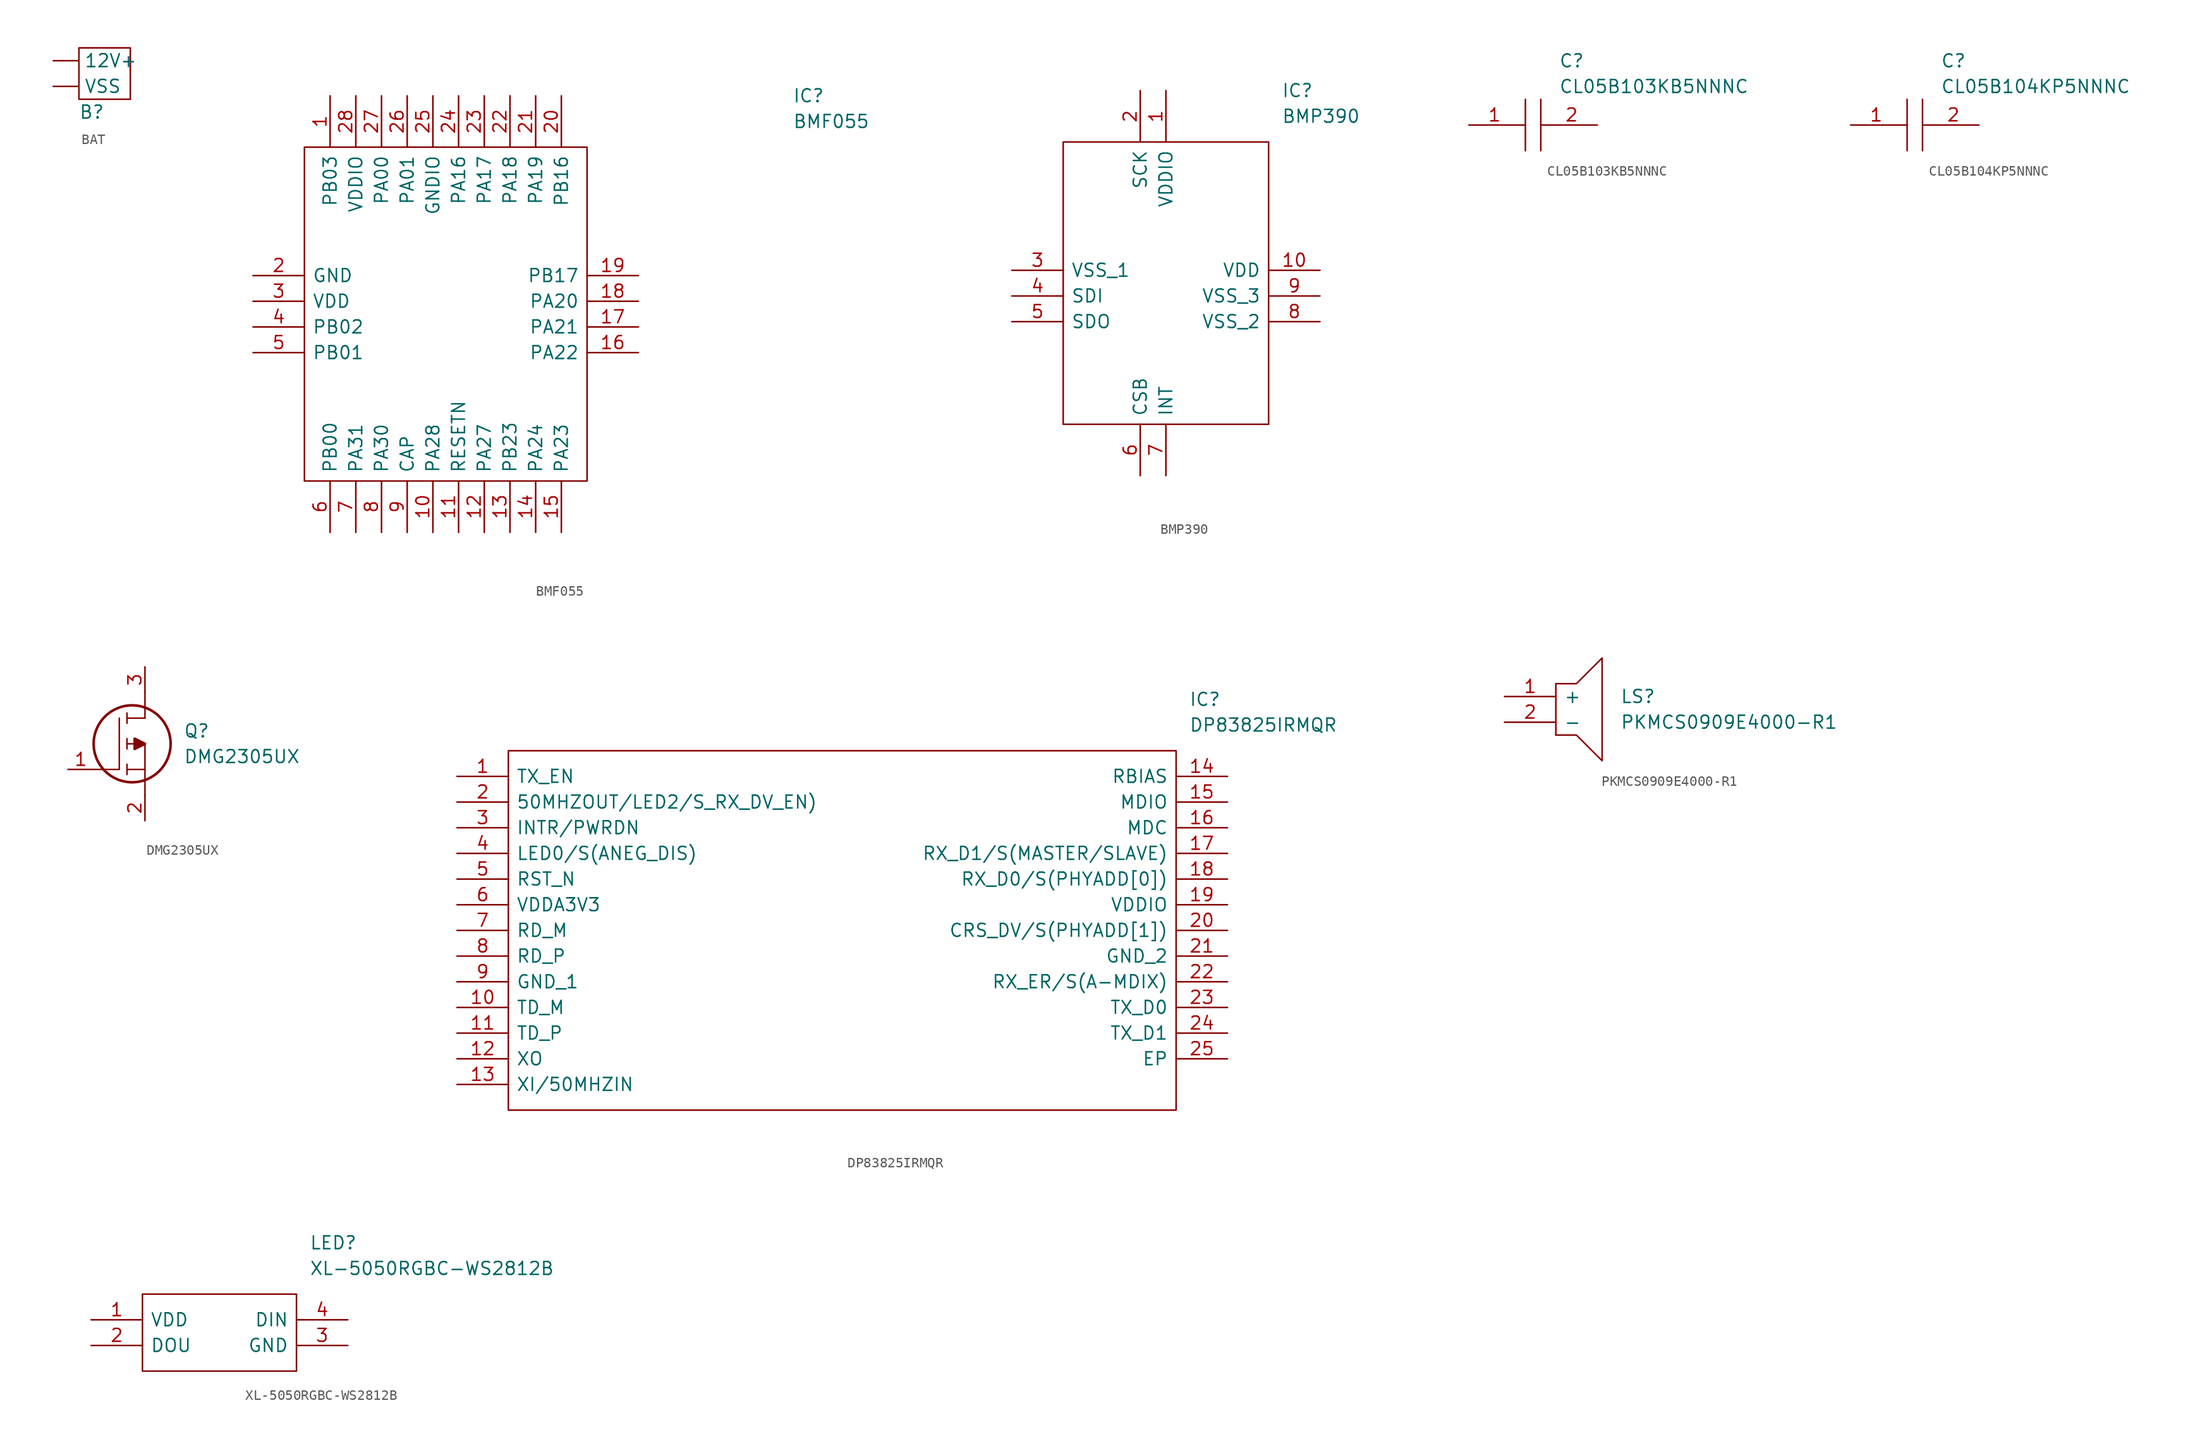
<source format=kicad_sym>
(kicad_symbol_lib
  (version 20241209)
  (generator "kicad_symbol_editor")
  (generator_version "9.0")
  (symbol "BAT"
    (property "Reference" "B"
      (at 0 0 0)
      (effects (font (size 1.27 1.27))))
    (property "Value" ""
      (at 0 0 0)
      (effects (font (size 1.27 1.27))))
    (symbol "BAT_0_1"
      (rectangle (start -1.27 6.35) (end 3.81 1.27) (stroke (width 0) (type default)) (fill (type none))))
    (symbol "BAT_1_1"
      (pin output line (at -3.81 5.08 0) (length 2.54) (name "12V+" (effects (font (size 1.27 1.27)))) (number "" (effects (font (size 1.27 1.27)))))
      (pin output line (at -3.81 2.54 0) (length 2.54) (name "VSS" (effects (font (size 1.27 1.27)))) (number "" (effects (font (size 1.27 1.27)))))))
  (symbol "BMF055"
    (pin_names
      (offset 0.762))
    (property "Reference" "IC"
      (at 34.29 17.78 0)
      (effects (font (size 1.27 1.27)) (justify left)))
    (property "Value" "BMF055"
      (at 34.29 15.24 0)
      (effects (font (size 1.27 1.27)) (justify left)))
    (symbol "BMF055_0_0"
      (pin passive line (at -19.05 0 0) (length 5.08) (name "GND" (effects (font (size 1.27 1.27)))) (number "2" (effects (font (size 1.27 1.27)))))
      (pin passive line (at -19.05 -2.54 0) (length 5.08) (name "VDD" (effects (font (size 1.27 1.27)))) (number "3" (effects (font (size 1.27 1.27)))))
      (pin passive line (at -19.05 -5.08 0) (length 5.08) (name "PB02" (effects (font (size 1.27 1.27)))) (number "4" (effects (font (size 1.27 1.27)))))
      (pin passive line (at -19.05 -7.62 0) (length 5.08) (name "PB01" (effects (font (size 1.27 1.27)))) (number "5" (effects (font (size 1.27 1.27)))))
      (pin passive line (at -11.43 17.78 270) (length 5.08) (name "PB03" (effects (font (size 1.27 1.27)))) (number "1" (effects (font (size 1.27 1.27)))))
      (pin passive line (at -11.43 -25.4 90) (length 5.08) (name "PB00" (effects (font (size 1.27 1.27)))) (number "6" (effects (font (size 1.27 1.27)))))
      (pin passive line (at -8.89 17.78 270) (length 5.08) (name "VDDIO" (effects (font (size 1.27 1.27)))) (number "28" (effects (font (size 1.27 1.27)))))
      (pin passive line (at -8.89 -25.4 90) (length 5.08) (name "PA31" (effects (font (size 1.27 1.27)))) (number "7" (effects (font (size 1.27 1.27)))))
      (pin passive line (at -6.35 17.78 270) (length 5.08) (name "PA00" (effects (font (size 1.27 1.27)))) (number "27" (effects (font (size 1.27 1.27)))))
      (pin passive line (at -6.35 -25.4 90) (length 5.08) (name "PA30" (effects (font (size 1.27 1.27)))) (number "8" (effects (font (size 1.27 1.27)))))
      (pin passive line (at -3.81 17.78 270) (length 5.08) (name "PA01" (effects (font (size 1.27 1.27)))) (number "26" (effects (font (size 1.27 1.27)))))
      (pin passive line (at -3.81 -25.4 90) (length 5.08) (name "CAP" (effects (font (size 1.27 1.27)))) (number "9" (effects (font (size 1.27 1.27)))))
      (pin passive line (at -1.27 17.78 270) (length 5.08) (name "GNDIO" (effects (font (size 1.27 1.27)))) (number "25" (effects (font (size 1.27 1.27)))))
      (pin passive line (at -1.27 -25.4 90) (length 5.08) (name "PA28" (effects (font (size 1.27 1.27)))) (number "10" (effects (font (size 1.27 1.27)))))
      (pin passive line (at 1.27 17.78 270) (length 5.08) (name "PA16" (effects (font (size 1.27 1.27)))) (number "24" (effects (font (size 1.27 1.27)))))
      (pin passive line (at 1.27 -25.4 90) (length 5.08) (name "RESETN" (effects (font (size 1.27 1.27)))) (number "11" (effects (font (size 1.27 1.27)))))
      (pin passive line (at 3.81 17.78 270) (length 5.08) (name "PA17" (effects (font (size 1.27 1.27)))) (number "23" (effects (font (size 1.27 1.27)))))
      (pin passive line (at 3.81 -25.4 90) (length 5.08) (name "PA27" (effects (font (size 1.27 1.27)))) (number "12" (effects (font (size 1.27 1.27)))))
      (pin passive line (at 6.35 17.78 270) (length 5.08) (name "PA18" (effects (font (size 1.27 1.27)))) (number "22" (effects (font (size 1.27 1.27)))))
      (pin passive line (at 6.35 -25.4 90) (length 5.08) (name "PB23" (effects (font (size 1.27 1.27)))) (number "13" (effects (font (size 1.27 1.27)))))
      (pin passive line (at 8.89 17.78 270) (length 5.08) (name "PA19" (effects (font (size 1.27 1.27)))) (number "21" (effects (font (size 1.27 1.27)))))
      (pin passive line (at 8.89 -25.4 90) (length 5.08) (name "PA24" (effects (font (size 1.27 1.27)))) (number "14" (effects (font (size 1.27 1.27)))))
      (pin passive line (at 11.43 17.78 270) (length 5.08) (name "PB16" (effects (font (size 1.27 1.27)))) (number "20" (effects (font (size 1.27 1.27)))))
      (pin passive line (at 11.43 -25.4 90) (length 5.08) (name "PA23" (effects (font (size 1.27 1.27)))) (number "15" (effects (font (size 1.27 1.27)))))
      (pin passive line (at 19.05 0 180) (length 5.08) (name "PB17" (effects (font (size 1.27 1.27)))) (number "19" (effects (font (size 1.27 1.27)))))
      (pin passive line (at 19.05 -2.54 180) (length 5.08) (name "PA20" (effects (font (size 1.27 1.27)))) (number "18" (effects (font (size 1.27 1.27)))))
      (pin passive line (at 19.05 -5.08 180) (length 5.08) (name "PA21" (effects (font (size 1.27 1.27)))) (number "17" (effects (font (size 1.27 1.27)))))
      (pin passive line (at 19.05 -7.62 180) (length 5.08) (name "PA22" (effects (font (size 1.27 1.27)))) (number "16" (effects (font (size 1.27 1.27))))))
    (symbol "BMF055_0_1"
      (polyline (pts (xy -13.97 12.7) (xy 13.97 12.7) (xy 13.97 -20.32) (xy -13.97 -20.32) (xy -13.97 12.7)) (stroke (width 0.152) (type solid)) (fill (type none)))))
  (symbol "BMP390"
    (pin_names
      (offset 0.762))
    (property "Reference" "IC"
      (at 26.67 17.78 0)
      (effects (font (size 1.27 1.27)) (justify left)))
    (property "Value" "BMP390"
      (at 26.67 15.24 0)
      (effects (font (size 1.27 1.27)) (justify left)))
    (symbol "BMP390_0_0"
      (pin passive line (at 0 0 0) (length 5.08) (name "VSS_1" (effects (font (size 1.27 1.27)))) (number "3" (effects (font (size 1.27 1.27)))))
      (pin passive line (at 0 -2.54 0) (length 5.08) (name "SDI" (effects (font (size 1.27 1.27)))) (number "4" (effects (font (size 1.27 1.27)))))
      (pin passive line (at 0 -5.08 0) (length 5.08) (name "SDO" (effects (font (size 1.27 1.27)))) (number "5" (effects (font (size 1.27 1.27)))))
      (pin passive line (at 12.7 17.78 270) (length 5.08) (name "SCK" (effects (font (size 1.27 1.27)))) (number "2" (effects (font (size 1.27 1.27)))))
      (pin passive line (at 12.7 -20.32 90) (length 5.08) (name "CSB" (effects (font (size 1.27 1.27)))) (number "6" (effects (font (size 1.27 1.27)))))
      (pin passive line (at 15.24 17.78 270) (length 5.08) (name "VDDIO" (effects (font (size 1.27 1.27)))) (number "1" (effects (font (size 1.27 1.27)))))
      (pin passive line (at 15.24 -20.32 90) (length 5.08) (name "INT" (effects (font (size 1.27 1.27)))) (number "7" (effects (font (size 1.27 1.27)))))
      (pin passive line (at 30.48 0 180) (length 5.08) (name "VDD" (effects (font (size 1.27 1.27)))) (number "10" (effects (font (size 1.27 1.27)))))
      (pin passive line (at 30.48 -2.54 180) (length 5.08) (name "VSS_3" (effects (font (size 1.27 1.27)))) (number "9" (effects (font (size 1.27 1.27)))))
      (pin passive line (at 30.48 -5.08 180) (length 5.08) (name "VSS_2" (effects (font (size 1.27 1.27)))) (number "8" (effects (font (size 1.27 1.27))))))
    (symbol "BMP390_0_1"
      (polyline (pts (xy 5.08 12.7) (xy 25.4 12.7) (xy 25.4 -15.24) (xy 5.08 -15.24) (xy 5.08 12.7)) (stroke (width 0.152) (type solid)) (fill (type none)))))
  (symbol "CL05B103KB5NNNC"
    (pin_names
      (offset 0.762))
    (property "Reference" "C"
      (at 8.89 6.35 0)
      (effects (font (size 1.27 1.27)) (justify left)))
    (property "Value" "CL05B103KB5NNNC"
      (at 8.89 3.81 0)
      (effects (font (size 1.27 1.27)) (justify left)))
    (symbol "CL05B103KB5NNNC_0_0"
      (pin passive line (at 0 0 0) (length 5.08) (name "~" (effects (font (size 1.27 1.27)))) (number "1" (effects (font (size 1.27 1.27)))))
      (pin passive line (at 12.7 0 180) (length 5.08) (name "~" (effects (font (size 1.27 1.27)))) (number "2" (effects (font (size 1.27 1.27))))))
    (symbol "CL05B103KB5NNNC_0_1"
      (polyline (pts (xy 5.08 0) (xy 5.588 0)) (stroke (width 0.152) (type solid)) (fill (type none)))
      (polyline (pts (xy 5.588 2.54) (xy 5.588 -2.54)) (stroke (width 0.152) (type solid)) (fill (type none)))
      (polyline (pts (xy 7.112 2.54) (xy 7.112 -2.54)) (stroke (width 0.152) (type solid)) (fill (type none)))
      (polyline (pts (xy 7.112 0) (xy 7.62 0)) (stroke (width 0.152) (type solid)) (fill (type none)))))
  (symbol "CL05B104KP5NNNC"
    (pin_names
      (offset 0.762))
    (property "Reference" "C"
      (at 8.89 6.35 0)
      (effects (font (size 1.27 1.27)) (justify left)))
    (property "Value" "CL05B104KP5NNNC"
      (at 8.89 3.81 0)
      (effects (font (size 1.27 1.27)) (justify left)))
    (symbol "CL05B104KP5NNNC_0_0"
      (pin passive line (at 0 0 0) (length 5.08) (name "~" (effects (font (size 1.27 1.27)))) (number "1" (effects (font (size 1.27 1.27)))))
      (pin passive line (at 12.7 0 180) (length 5.08) (name "~" (effects (font (size 1.27 1.27)))) (number "2" (effects (font (size 1.27 1.27))))))
    (symbol "CL05B104KP5NNNC_0_1"
      (polyline (pts (xy 5.08 0) (xy 5.588 0)) (stroke (width 0.152) (type solid)) (fill (type none)))
      (polyline (pts (xy 5.588 2.54) (xy 5.588 -2.54)) (stroke (width 0.152) (type solid)) (fill (type none)))
      (polyline (pts (xy 7.112 2.54) (xy 7.112 -2.54)) (stroke (width 0.152) (type solid)) (fill (type none)))
      (polyline (pts (xy 7.112 0) (xy 7.62 0)) (stroke (width 0.152) (type solid)) (fill (type none)))))
  (symbol "DMG2305UX"
    (pin_names
      (offset 0.762))
    (property "Reference" "Q"
      (at 11.43 3.81 0)
      (effects (font (size 1.27 1.27)) (justify left)))
    (property "Value" "DMG2305UX"
      (at 11.43 1.27 0)
      (effects (font (size 1.27 1.27)) (justify left)))
    (symbol "DMG2305UX_0_0"
      (pin passive line (at 0 0 0) (length 2.54) (name "~" (effects (font (size 1.27 1.27)))) (number "1" (effects (font (size 1.27 1.27)))))
      (pin passive line (at 7.62 10.16 270) (length 2.54) (name "~" (effects (font (size 1.27 1.27)))) (number "3" (effects (font (size 1.27 1.27)))))
      (pin passive line (at 7.62 -5.08 90) (length 2.54) (name "~" (effects (font (size 1.27 1.27)))) (number "2" (effects (font (size 1.27 1.27))))))
    (symbol "DMG2305UX_0_1"
      (polyline (pts (xy 2.54 0) (xy 5.08 0) (xy 5.08 5.08)) (stroke (width 0.152) (type solid)) (fill (type none)))
      (polyline (pts (xy 5.842 5.588) (xy 5.842 4.572)) (stroke (width 0.152) (type solid)) (fill (type none)))
      (polyline (pts (xy 5.842 2.032) (xy 5.842 3.048)) (stroke (width 0.152) (type solid)) (fill (type none)))
      (polyline (pts (xy 5.842 0) (xy 7.62 0)) (stroke (width 0.152) (type solid)) (fill (type none)))
      (polyline (pts (xy 5.842 -0.508) (xy 5.842 0.508)) (stroke (width 0.152) (type solid)) (fill (type none)))
      (circle (center 6.35 2.54) (radius 3.81) (stroke (width 0.254) (type solid)) (fill (type none)))
      (polyline (pts (xy 7.62 5.08) (xy 5.842 5.08)) (stroke (width 0.152) (type solid)) (fill (type none)))
      (polyline (pts (xy 7.62 5.08) (xy 7.62 7.62)) (stroke (width 0.152) (type solid)) (fill (type none)))
      (polyline (pts (xy 7.62 2.54) (xy 5.842 2.54)) (stroke (width 0.152) (type solid)) (fill (type none)))
      (polyline (pts (xy 7.62 2.54) (xy 7.62 -2.54)) (stroke (width 0.152) (type solid)) (fill (type none)))
      (polyline (pts (xy 7.62 2.54) (xy 6.604 3.048) (xy 6.604 2.032) (xy 7.62 2.54)) (stroke (width 0.254) (type solid)) (fill (type outline)))))
  (symbol "DP83825IRMQR"
    (pin_names
      (offset 0.762))
    (property "Reference" "IC"
      (at 72.39 7.62 0)
      (effects (font (size 1.27 1.27)) (justify left)))
    (property "Value" "DP83825IRMQR"
      (at 72.39 5.08 0)
      (effects (font (size 1.27 1.27)) (justify left)))
    (symbol "DP83825IRMQR_0_0"
      (pin passive line (at 0 0 0) (length 5.08) (name "TX_EN" (effects (font (size 1.27 1.27)))) (number "1" (effects (font (size 1.27 1.27)))))
      (pin passive line (at 0 -2.54 0) (length 5.08) (name "50MHZOUT/LED2/S_RX_DV_EN)" (effects (font (size 1.27 1.27)))) (number "2" (effects (font (size 1.27 1.27)))))
      (pin passive line (at 0 -5.08 0) (length 5.08) (name "INTR/PWRDN" (effects (font (size 1.27 1.27)))) (number "3" (effects (font (size 1.27 1.27)))))
      (pin passive line (at 0 -7.62 0) (length 5.08) (name "LED0/S(ANEG_DIS)" (effects (font (size 1.27 1.27)))) (number "4" (effects (font (size 1.27 1.27)))))
      (pin passive line (at 0 -10.16 0) (length 5.08) (name "RST_N" (effects (font (size 1.27 1.27)))) (number "5" (effects (font (size 1.27 1.27)))))
      (pin passive line (at 0 -12.7 0) (length 5.08) (name "VDDA3V3" (effects (font (size 1.27 1.27)))) (number "6" (effects (font (size 1.27 1.27)))))
      (pin passive line (at 0 -15.24 0) (length 5.08) (name "RD_M" (effects (font (size 1.27 1.27)))) (number "7" (effects (font (size 1.27 1.27)))))
      (pin passive line (at 0 -17.78 0) (length 5.08) (name "RD_P" (effects (font (size 1.27 1.27)))) (number "8" (effects (font (size 1.27 1.27)))))
      (pin passive line (at 0 -20.32 0) (length 5.08) (name "GND_1" (effects (font (size 1.27 1.27)))) (number "9" (effects (font (size 1.27 1.27)))))
      (pin passive line (at 0 -22.86 0) (length 5.08) (name "TD_M" (effects (font (size 1.27 1.27)))) (number "10" (effects (font (size 1.27 1.27)))))
      (pin passive line (at 0 -25.4 0) (length 5.08) (name "TD_P" (effects (font (size 1.27 1.27)))) (number "11" (effects (font (size 1.27 1.27)))))
      (pin passive line (at 0 -27.94 0) (length 5.08) (name "XO" (effects (font (size 1.27 1.27)))) (number "12" (effects (font (size 1.27 1.27)))))
      (pin passive line (at 0 -30.48 0) (length 5.08) (name "XI/50MHZIN" (effects (font (size 1.27 1.27)))) (number "13" (effects (font (size 1.27 1.27)))))
      (pin passive line (at 76.2 0 180) (length 5.08) (name "RBIAS" (effects (font (size 1.27 1.27)))) (number "14" (effects (font (size 1.27 1.27)))))
      (pin passive line (at 76.2 -2.54 180) (length 5.08) (name "MDIO" (effects (font (size 1.27 1.27)))) (number "15" (effects (font (size 1.27 1.27)))))
      (pin passive line (at 76.2 -5.08 180) (length 5.08) (name "MDC" (effects (font (size 1.27 1.27)))) (number "16" (effects (font (size 1.27 1.27)))))
      (pin passive line (at 76.2 -7.62 180) (length 5.08) (name "RX_D1/S(MASTER/SLAVE)" (effects (font (size 1.27 1.27)))) (number "17" (effects (font (size 1.27 1.27)))))
      (pin passive line (at 76.2 -10.16 180) (length 5.08) (name "RX_D0/S(PHYADD[0])" (effects (font (size 1.27 1.27)))) (number "18" (effects (font (size 1.27 1.27)))))
      (pin passive line (at 76.2 -12.7 180) (length 5.08) (name "VDDIO" (effects (font (size 1.27 1.27)))) (number "19" (effects (font (size 1.27 1.27)))))
      (pin passive line (at 76.2 -15.24 180) (length 5.08) (name "CRS_DV/S(PHYADD[1])" (effects (font (size 1.27 1.27)))) (number "20" (effects (font (size 1.27 1.27)))))
      (pin passive line (at 76.2 -17.78 180) (length 5.08) (name "GND_2" (effects (font (size 1.27 1.27)))) (number "21" (effects (font (size 1.27 1.27)))))
      (pin passive line (at 76.2 -20.32 180) (length 5.08) (name "RX_ER/S(A-MDIX)" (effects (font (size 1.27 1.27)))) (number "22" (effects (font (size 1.27 1.27)))))
      (pin passive line (at 76.2 -22.86 180) (length 5.08) (name "TX_D0" (effects (font (size 1.27 1.27)))) (number "23" (effects (font (size 1.27 1.27)))))
      (pin passive line (at 76.2 -25.4 180) (length 5.08) (name "TX_D1" (effects (font (size 1.27 1.27)))) (number "24" (effects (font (size 1.27 1.27)))))
      (pin passive line (at 76.2 -27.94 180) (length 5.08) (name "EP" (effects (font (size 1.27 1.27)))) (number "25" (effects (font (size 1.27 1.27))))))
    (symbol "DP83825IRMQR_0_1"
      (polyline (pts (xy 5.08 2.54) (xy 71.12 2.54) (xy 71.12 -33.02) (xy 5.08 -33.02) (xy 5.08 2.54)) (stroke (width 0.152) (type solid)) (fill (type none)))))
  (symbol "PKMCS0909E4000-R1"
    (pin_names
      (offset 0.762))
    (property "Reference" "LS"
      (at 11.43 0 0)
      (effects (font (size 1.27 1.27)) (justify left)))
    (property "Value" "PKMCS0909E4000-R1"
      (at 11.43 -2.54 0)
      (effects (font (size 1.27 1.27)) (justify left)))
    (symbol "PKMCS0909E4000-R1_0_0"
      (pin passive line (at 0 0 0) (length 5.08) (name "+" (effects (font (size 1.27 1.27)))) (number "1" (effects (font (size 1.27 1.27)))))
      (pin passive line (at 0 -2.54 0) (length 5.08) (name "-" (effects (font (size 1.27 1.27)))) (number "2" (effects (font (size 1.27 1.27))))))
    (symbol "PKMCS0909E4000-R1_0_1"
      (polyline (pts (xy 5.08 1.27) (xy 5.08 -3.81)) (stroke (width 0.152) (type solid)) (fill (type none)))
      (polyline (pts (xy 5.08 1.27) (xy 7.112 1.27) (xy 9.652 3.81) (xy 9.652 -6.35) (xy 7.112 -3.81) (xy 5.08 -3.81)) (stroke (width 0.152) (type solid)) (fill (type none)))))
  (symbol "XL-5050RGBC-WS2812B"
    (pin_names
      (offset 0.762))
    (property "Reference" "LED"
      (at 21.59 7.62 0)
      (effects (font (size 1.27 1.27)) (justify left)))
    (property "Value" "XL-5050RGBC-WS2812B"
      (at 21.59 5.08 0)
      (effects (font (size 1.27 1.27)) (justify left)))
    (symbol "XL-5050RGBC-WS2812B_0_0"
      (pin passive line (at 0 0 0) (length 5.08) (name "VDD" (effects (font (size 1.27 1.27)))) (number "1" (effects (font (size 1.27 1.27)))))
      (pin passive line (at 0 -2.54 0) (length 5.08) (name "DOU" (effects (font (size 1.27 1.27)))) (number "2" (effects (font (size 1.27 1.27)))))
      (pin passive line (at 25.4 0 180) (length 5.08) (name "DIN" (effects (font (size 1.27 1.27)))) (number "4" (effects (font (size 1.27 1.27)))))
      (pin passive line (at 25.4 -2.54 180) (length 5.08) (name "GND" (effects (font (size 1.27 1.27)))) (number "3" (effects (font (size 1.27 1.27))))))
    (symbol "XL-5050RGBC-WS2812B_0_1"
      (polyline (pts (xy 5.08 2.54) (xy 20.32 2.54) (xy 20.32 -5.08) (xy 5.08 -5.08) (xy 5.08 2.54)) (stroke (width 0.152) (type solid)) (fill (type none))))))
</source>
